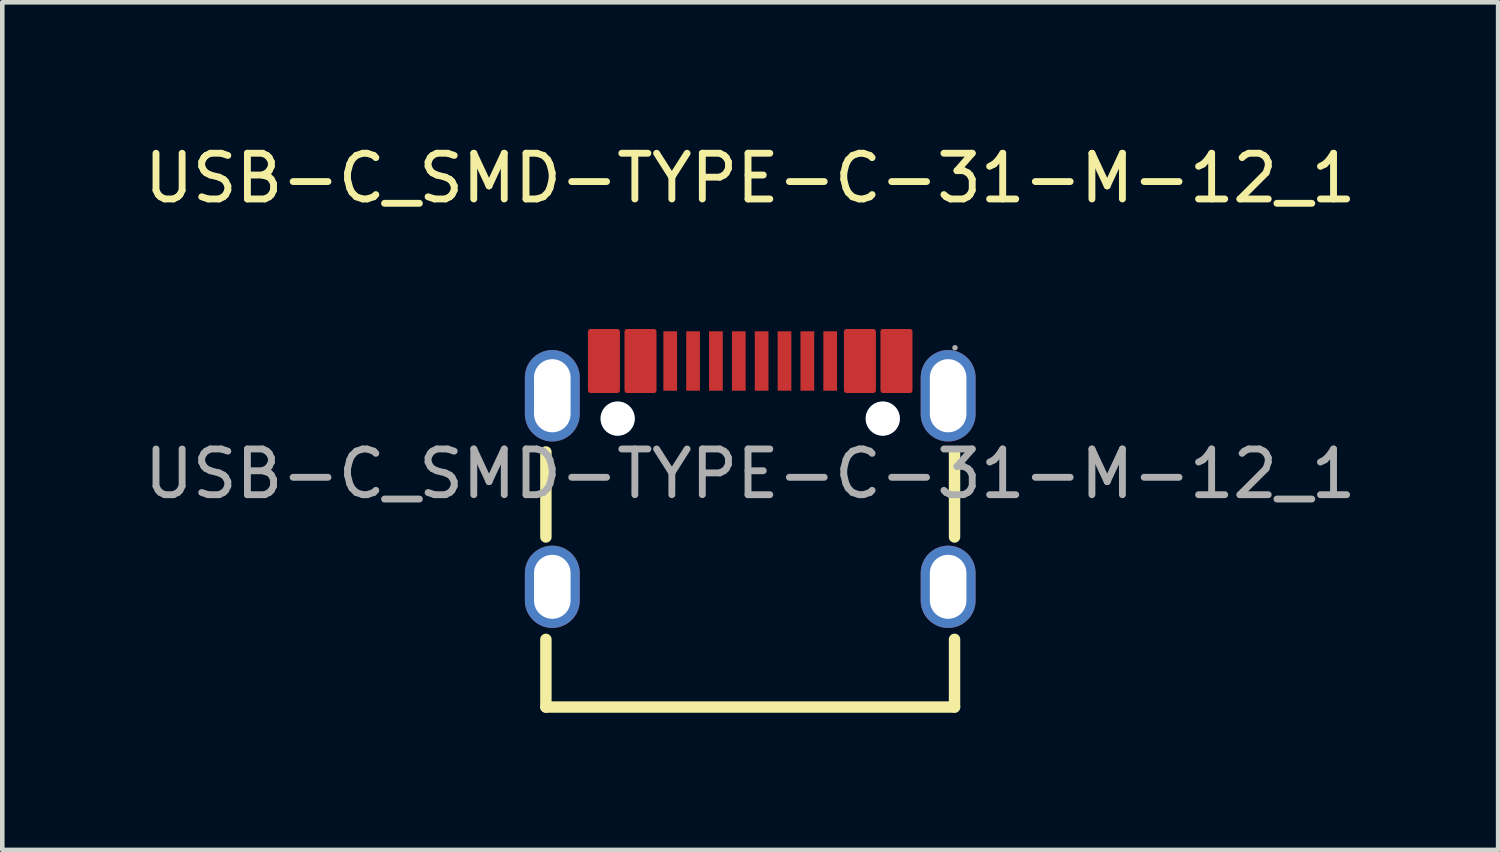
<source format=kicad_pcb>
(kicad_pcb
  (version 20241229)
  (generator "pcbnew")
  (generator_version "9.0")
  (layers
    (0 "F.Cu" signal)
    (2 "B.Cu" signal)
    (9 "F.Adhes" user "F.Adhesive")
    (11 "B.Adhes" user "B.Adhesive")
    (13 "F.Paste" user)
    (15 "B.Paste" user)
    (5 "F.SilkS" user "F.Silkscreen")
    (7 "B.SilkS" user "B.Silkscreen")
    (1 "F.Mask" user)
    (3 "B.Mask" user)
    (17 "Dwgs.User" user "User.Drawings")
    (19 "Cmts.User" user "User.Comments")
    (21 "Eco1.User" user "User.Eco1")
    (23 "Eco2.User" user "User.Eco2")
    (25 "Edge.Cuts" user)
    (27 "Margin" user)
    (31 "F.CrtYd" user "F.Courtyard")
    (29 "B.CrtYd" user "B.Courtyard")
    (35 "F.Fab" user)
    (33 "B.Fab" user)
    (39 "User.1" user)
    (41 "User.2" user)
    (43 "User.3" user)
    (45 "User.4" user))
  (footprint "USB-C_SMD-TYPE-C-31-M-12_1"
    (layer "F.Cu")
    (at 13.363 7.318)
    (property "Reference" "USB-C_SMD-TYPE-C-31-M-12_1" (at 0 -6.47 0) (layer "F.SilkS") (effects (font (size 1 1) (thickness 0.15))))
    (attr smd)
    (fp_line (start -4.47 1.38) (end -4.47 -0.48) (stroke (width 0.25) (type solid)) (layer "F.SilkS"))
    (fp_line (start -4.47 5.1) (end -4.47 3.62) (stroke (width 0.25) (type solid)) (layer "F.SilkS"))
    (fp_line (start 4.47 1.38) (end 4.47 -0.48) (stroke (width 0.25) (type solid)) (layer "F.SilkS"))
    (fp_line (start 4.47 5.1) (end -4.47 5.1) (stroke (width 0.25) (type solid)) (layer "F.SilkS"))
    (fp_line (start 4.47 5.1) (end 4.47 3.62) (stroke (width 0.25) (type solid)) (layer "F.SilkS"))
    (fp_circle (center -2.9 -1.21) (end -2.78 -1.21) (stroke (width 0.25) (type solid)) (fill no) (layer "Cmts.User"))
    (fp_circle (center 2.9 -1.21) (end 3.02 -1.21) (stroke (width 0.25) (type solid)) (fill no) (layer "Cmts.User"))
    (fp_circle (center 4.48 -2.76) (end 4.51 -2.76) (stroke (width 0.06) (type solid)) (fill no) (layer "F.Fab"))
    (fp_text user "${REFERENCE}" (at 0 0 0) (layer "F.Fab") (effects (font (size 1 1) (thickness 0.15))))
    (pad "" np_thru_hole circle (at -2.9 -1.21) (size 0.75 0.75) (drill 0.75) (layers "*.Cu" "*.Mask"))
    (pad "" np_thru_hole circle (at 2.9 -1.21) (size 0.75 0.75) (drill 0.75) (layers "*.Cu" "*.Mask"))
    (pad "1" thru_hole oval (at 4.33 -1.71) (size 1.2 2) (drill oval 0.8 1.6) (layers "*.Cu" "*.Mask"))
    (pad "2" thru_hole oval (at 4.33 2.47) (size 1.2 1.8) (drill oval 0.8 1.4) (layers "*.Cu" "*.Mask"))
    (pad "3" thru_hole oval (at -4.33 2.47) (size 1.2 1.8) (drill oval 0.8 1.4) (layers "*.Cu" "*.Mask"))
    (pad "4" thru_hole oval (at -4.33 -1.71) (size 1.2 2) (drill oval 0.8 1.6) (layers "*.Cu" "*.Mask"))
    (pad "A1B12" smd custom (at -3.2 -2.47) (size 0.01 0.01) (layers "F.Cu" "F.Mask" "F.Paste") (options (anchor circle)) (primitives (gr_poly (pts (xy 0.3 0.65) (xy 0.3 -0.65) (xy 0 -0.65) (xy -0.3 -0.65) (xy -0.3 0.65) (xy 0 0.65) (xy 0.3 0.65)) (width 0.1) (fill yes))))
    (pad "A4B9" smd custom (at -2.4 -2.47) (size 0.01 0.01) (layers "F.Cu" "F.Mask" "F.Paste") (options (anchor circle)) (primitives (gr_poly (pts (xy 0.3 0.65) (xy 0.3 -0.65) (xy 0 -0.65) (xy -0.3 -0.65) (xy -0.3 0.65) (xy 0 0.65) (xy 0.3 0.65)) (width 0.1) (fill yes))))
    (pad "A5" smd rect (at -1.25 -2.47) (size 0.3 1.3) (layers "F.Cu" "F.Mask" "F.Paste"))
    (pad "A6" smd rect (at -0.25 -2.47) (size 0.3 1.3) (layers "F.Cu" "F.Mask" "F.Paste"))
    (pad "A7" smd rect (at 0.25 -2.47) (size 0.3 1.3) (layers "F.Cu" "F.Mask" "F.Paste"))
    (pad "A8" smd rect (at 1.25 -2.47) (size 0.3 1.3) (layers "F.Cu" "F.Mask" "F.Paste"))
    (pad "B1A12" smd custom (at 3.2 -2.47) (size 0.01 0.01) (layers "F.Cu" "F.Mask" "F.Paste") (options (anchor circle)) (primitives (gr_poly (pts (xy -0.3 -0.65) (xy -0.3 0.65) (xy -0.01 0.65) (xy 0 0.65) (xy 0.3 0.65) (xy 0.3 -0.65) (xy 0 -0.65) (xy -0.01 -0.65) (xy -0.3 -0.65)) (width 0.1) (fill yes))))
    (pad "B4A9" smd custom (at 2.4 -2.47) (size 0.01 0.01) (layers "F.Cu" "F.Mask" "F.Paste") (options (anchor circle)) (primitives (gr_poly (pts (xy 0.3 0.65) (xy 0.3 -0.65) (xy 0 -0.65) (xy -0.3 -0.65) (xy -0.3 0.65) (xy 0 0.65) (xy 0.3 0.65)) (width 0.1) (fill yes))))
    (pad "B5" smd rect (at 1.75 -2.47) (size 0.3 1.3) (layers "F.Cu" "F.Mask" "F.Paste"))
    (pad "B6" smd rect (at 0.75 -2.47) (size 0.3 1.3) (layers "F.Cu" "F.Mask" "F.Paste"))
    (pad "B7" smd rect (at -0.75 -2.47) (size 0.3 1.3) (layers "F.Cu" "F.Mask" "F.Paste"))
    (pad "B8" smd rect (at -1.75 -2.47) (size 0.3 1.3) (layers "F.Cu" "F.Mask" "F.Paste")))
  (gr_rect
    (start -3 -3)
    (end 29.726 15.543)
    (stroke (width 0.1) (type default))
    (fill no)
    (layer "Edge.Cuts")))
</source>
